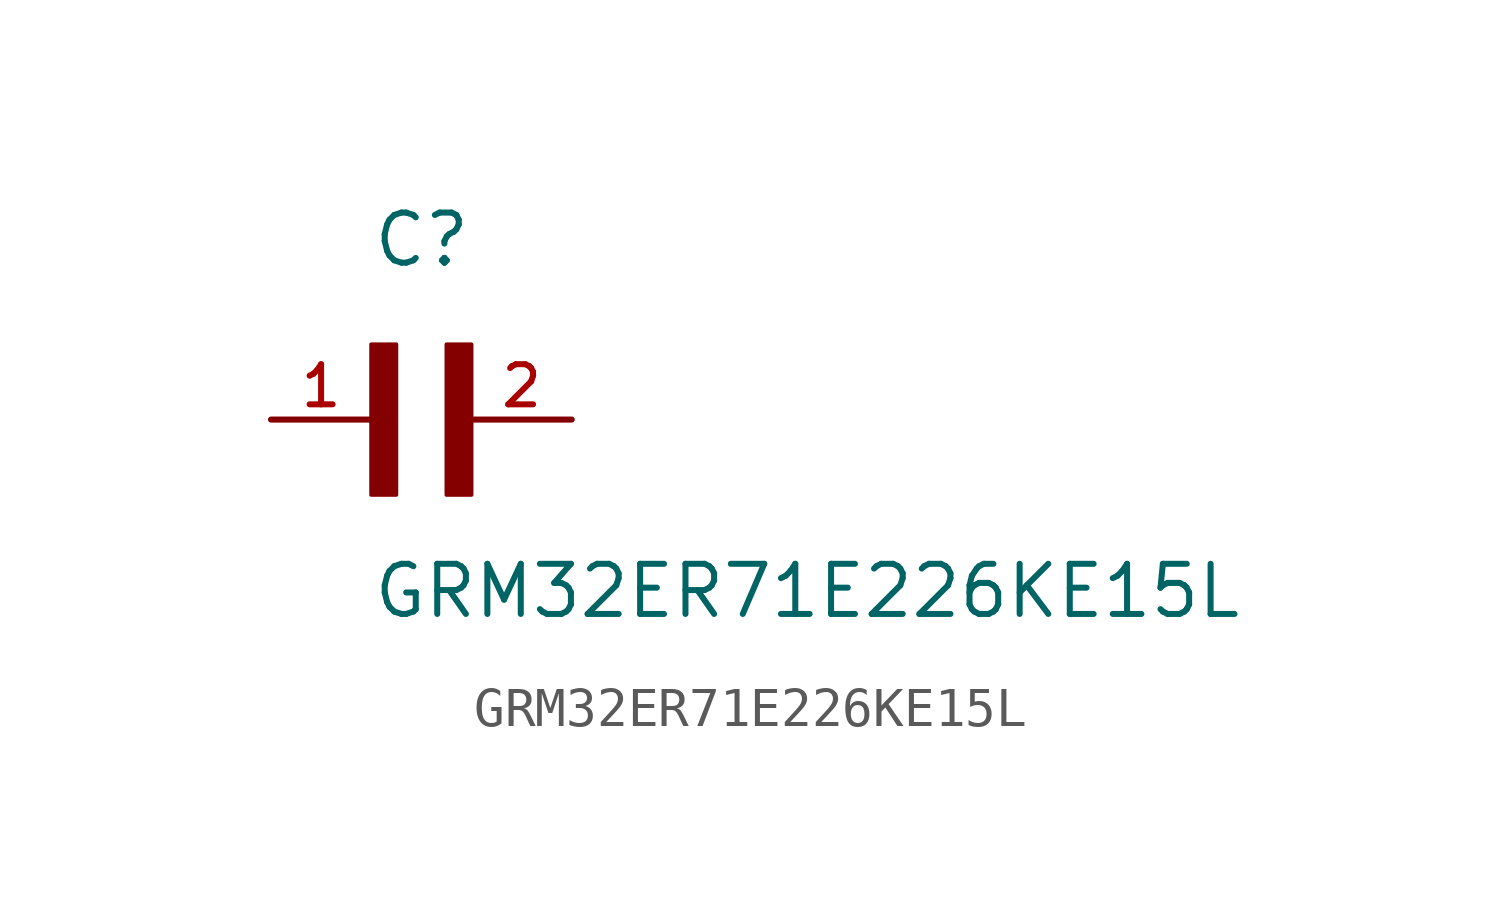
<source format=kicad_sym>
(kicad_symbol_lib
  (version 20211014)
  (generator kicad_symbol_editor)
  (symbol "GRM32ER71E226KE15L"
    (pin_names
      (offset 1.016))
    (property "Reference" "C"
      (at 0.0 3.811 0)
      (effects (font (size 1.27 1.27)) (justify bottom left)))
    (property "Value" "GRM32ER71E226KE15L"
      (at 0.0 -5.088 0)
      (effects (font (size 1.27 1.27)) (justify bottom left)))
    (symbol "GRM32ER71E226KE15L_0_0"
      (rectangle (start 0.0 -1.907) (end 0.635 1.905) (stroke (width 0.1)) (fill (type outline)))
      (rectangle (start 1.907 -1.907) (end 2.54 1.905) (stroke (width 0.1)) (fill (type outline)))
      (pin passive line (at 5.08 0.0 180.0) (length 2.54) (name "~" (effects (font (size 1.016 1.016)))) (number "2" (effects (font (size 1.016 1.016)))))
      (pin passive line (at -2.54 0.0 0) (length 2.54) (name "~" (effects (font (size 1.016 1.016)))) (number "1" (effects (font (size 1.016 1.016))))))))
</source>
